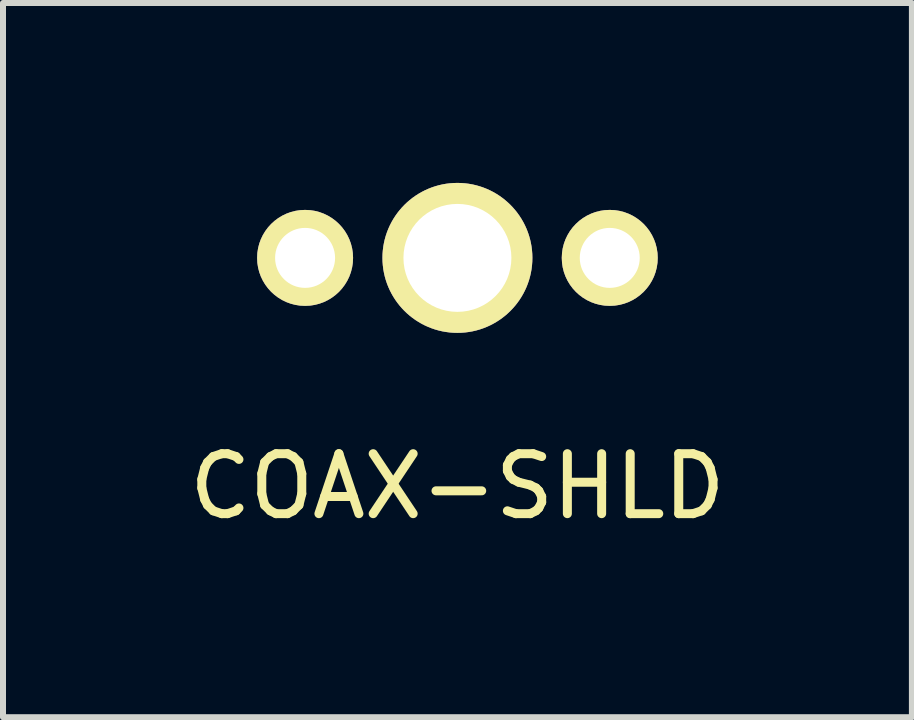
<source format=kicad_pcb>
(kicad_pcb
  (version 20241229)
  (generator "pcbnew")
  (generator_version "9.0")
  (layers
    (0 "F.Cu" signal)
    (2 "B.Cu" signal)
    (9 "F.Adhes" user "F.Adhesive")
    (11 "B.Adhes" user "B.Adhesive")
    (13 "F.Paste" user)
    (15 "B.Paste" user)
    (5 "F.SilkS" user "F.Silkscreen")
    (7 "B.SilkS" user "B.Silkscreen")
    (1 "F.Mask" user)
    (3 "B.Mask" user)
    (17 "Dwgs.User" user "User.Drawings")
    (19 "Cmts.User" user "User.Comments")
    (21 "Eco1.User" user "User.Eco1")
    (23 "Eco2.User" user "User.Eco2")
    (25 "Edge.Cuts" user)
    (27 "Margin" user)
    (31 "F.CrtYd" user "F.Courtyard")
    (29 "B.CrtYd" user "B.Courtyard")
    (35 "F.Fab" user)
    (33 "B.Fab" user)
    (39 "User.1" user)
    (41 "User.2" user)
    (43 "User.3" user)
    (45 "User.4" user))
  (footprint "COAX-SHLD"
    (layer "F.Cu")
    (at 4.577 5.06)
    (property "Reference" "COAX-SHLD" (at 0 0 0) (layer "F.SilkS") (effects (font (size 1 1) (thickness 0.15))))
    (attr through_hole)
    (pad "1" thru_hole circle (at 0 -3.81) (size 2.5 2.5) (drill 1.8) (layers "*.Cu" "*.Mask" "F.SilkS"))
    (pad "2" thru_hole circle (at 2.54 -3.81) (size 1.6 1.6) (drill 1) (layers "*.Cu" "*.Mask" "F.SilkS"))
    (pad "3" thru_hole circle (at -2.54 -3.81) (size 1.6 1.6) (drill 1) (layers "*.Cu" "*.Mask" "F.SilkS")))
  (gr_rect
    (start -3 -3)
    (end 12.155 8.908)
    (stroke (width 0.1) (type default))
    (fill no)
    (layer "Edge.Cuts")))
</source>
